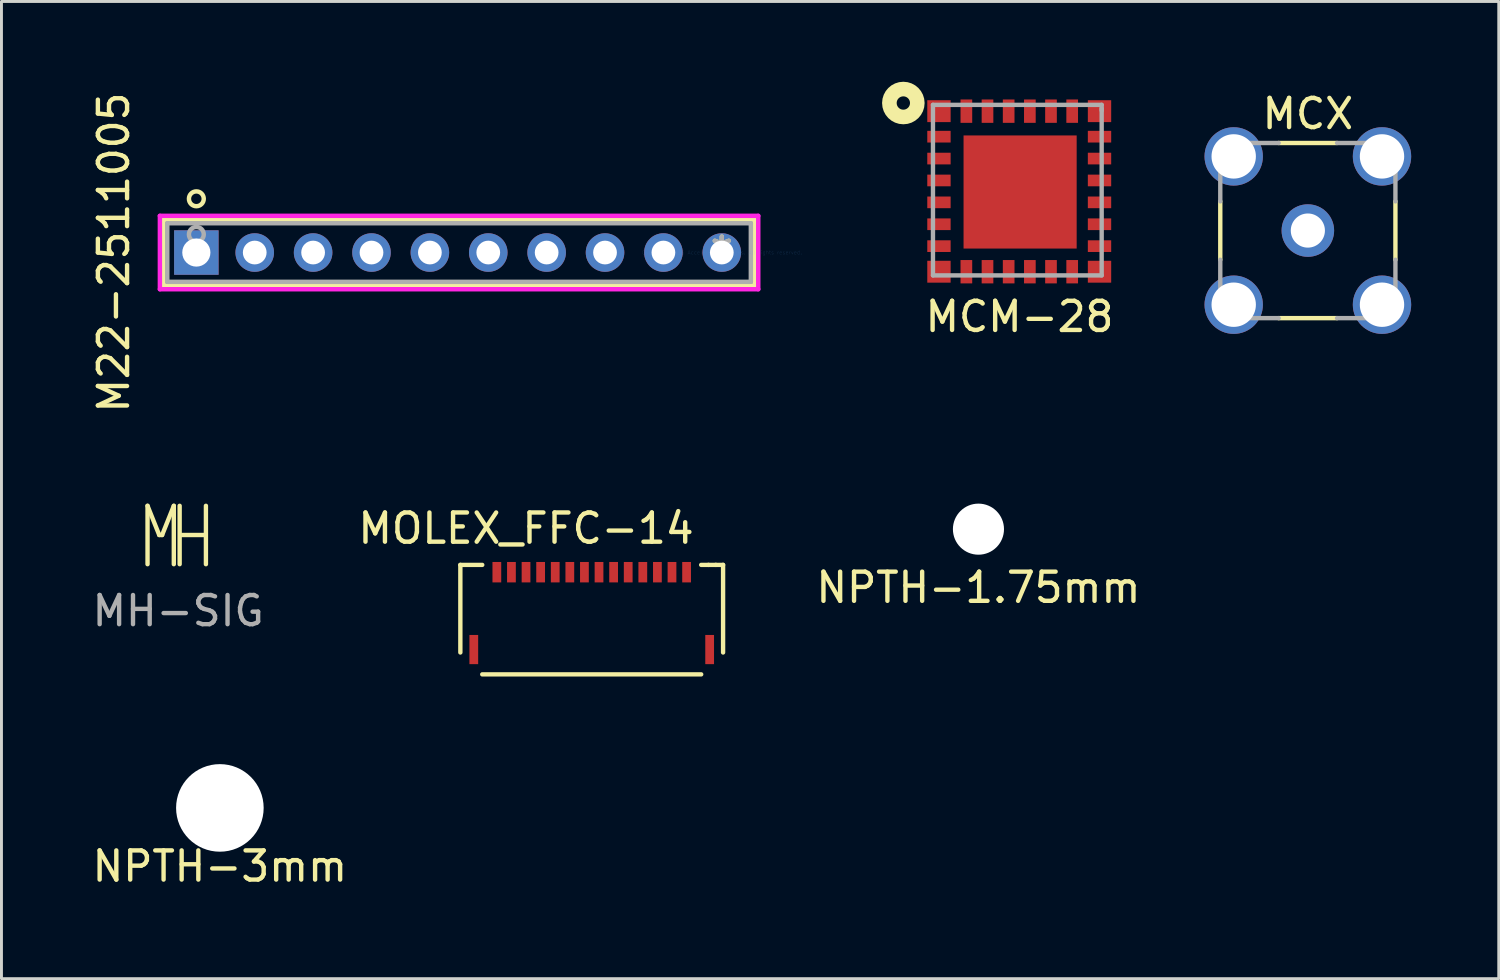
<source format=kicad_pcb>
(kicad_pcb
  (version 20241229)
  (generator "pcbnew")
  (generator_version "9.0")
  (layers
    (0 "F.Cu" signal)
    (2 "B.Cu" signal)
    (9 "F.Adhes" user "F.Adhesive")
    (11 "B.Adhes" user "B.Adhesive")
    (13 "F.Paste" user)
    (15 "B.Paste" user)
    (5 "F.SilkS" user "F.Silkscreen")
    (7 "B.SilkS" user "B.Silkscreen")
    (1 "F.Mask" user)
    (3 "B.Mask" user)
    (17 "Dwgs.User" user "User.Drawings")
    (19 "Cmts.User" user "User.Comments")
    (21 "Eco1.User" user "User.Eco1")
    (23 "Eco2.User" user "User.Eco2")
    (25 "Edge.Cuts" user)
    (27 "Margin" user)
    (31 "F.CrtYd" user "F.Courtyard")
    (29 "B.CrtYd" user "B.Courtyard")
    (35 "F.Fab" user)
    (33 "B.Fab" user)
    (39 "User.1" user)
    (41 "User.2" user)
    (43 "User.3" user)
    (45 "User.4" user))
  (footprint "MCM-28"
    (layer "F.Cu")
    (at 31.895 3.527)
    (property "Reference" "MCM-28" (at -0.021 4.271 180) (layer "F.SilkS") (effects (font (size 1 1) (thickness 0.15))))
    (attr through_hole)
    (fp_circle (center -4 -3.048) (end -3.81 -2.921) (stroke (width 0.5) (type solid)) (fill no) (layer "F.SilkS"))
    (fp_line (start -2.985 -2.985) (end -2.985 2.857) (stroke (width 0.15) (type solid)) (layer "F.Fab"))
    (fp_line (start -2.985 -2.985) (end 2.794 -2.985) (stroke (width 0.15) (type solid)) (layer "F.Fab"))
    (fp_line (start -2.985 2.857) (end 2.794 2.857) (stroke (width 0.15) (type solid)) (layer "F.Fab"))
    (fp_line (start 2.794 -2.985) (end 2.794 -2.794) (stroke (width 0.15) (type solid)) (layer "F.Fab"))
    (fp_line (start 2.794 2.857) (end 2.794 -2.857) (stroke (width 0.15) (type solid)) (layer "F.Fab"))
    (pad "" smd rect (at -1.501 -1.501) (size 0.875 0.875) (layers "F.Paste"))
    (pad "" smd rect (at -1.501 -0.5) (size 0.875 0.875) (layers "F.Paste"))
    (pad "" smd rect (at -1.501 0.5) (size 0.875 0.875) (layers "F.Paste"))
    (pad "" smd rect (at -1.501 1.501) (size 0.875 0.875) (layers "F.Paste"))
    (pad "" smd rect (at -0.5 -1.501) (size 0.875 0.875) (layers "F.Paste"))
    (pad "" smd rect (at -0.5 -0.5) (size 0.875 0.875) (layers "F.Paste"))
    (pad "" smd rect (at -0.5 0.5) (size 0.875 0.875) (layers "F.Paste"))
    (pad "" smd rect (at -0.5 1.501) (size 0.875 0.875) (layers "F.Paste"))
    (pad "" smd rect (at 0.5 -1.501) (size 0.875 0.875) (layers "F.Paste"))
    (pad "" smd rect (at 0.5 1.501) (size 0.875 0.875) (layers "F.Paste"))
    (pad "" smd rect (at 0.5 -0.5) (size 0.875 0.875) (layers "F.Paste"))
    (pad "" smd rect (at 0.5 0.5) (size 0.875 0.875) (layers "F.Paste"))
    (pad "" smd rect (at 1.5 -1.501) (size 0.875 0.875) (layers "F.Paste"))
    (pad "" smd rect (at 1.5 1.501) (size 0.875 0.875) (layers "F.Paste"))
    (pad "" smd rect (at 1.501 -0.5) (size 0.875 0.875) (layers "F.Paste"))
    (pad "" smd rect (at 1.501 0.5) (size 0.875 0.875) (layers "F.Paste"))
    (pad "1" smd rect (at -2.78 -2.769) (size 0.8 0.75) (layers "F.Cu" "F.Mask" "F.Paste"))
    (pad "2" smd rect (at -2.78 -1.895 90) (size 0.4 0.8) (layers "F.Cu" "F.Mask" "F.Paste"))
    (pad "3" smd rect (at -2.78 -1.145 90) (size 0.4 0.8) (layers "F.Cu" "F.Mask" "F.Paste"))
    (pad "4" smd rect (at -2.78 -0.395 90) (size 0.4 0.8) (layers "F.Cu" "F.Mask" "F.Paste"))
    (pad "5" smd rect (at -2.78 0.355 90) (size 0.4 0.8) (layers "F.Cu" "F.Mask" "F.Paste"))
    (pad "6" smd rect (at -2.78 1.105 90) (size 0.4 0.8) (layers "F.Cu" "F.Mask" "F.Paste"))
    (pad "7" smd rect (at -2.78 1.855 90) (size 0.4 0.8) (layers "F.Cu" "F.Mask" "F.Paste"))
    (pad "8" smd rect (at -2.78 2.731) (size 0.8 0.75) (layers "F.Cu" "F.Mask" "F.Paste"))
    (pad "9" smd rect (at -1.841 2.731) (size 0.4 0.8) (layers "F.Cu" "F.Mask" "F.Paste"))
    (pad "10" smd rect (at -1.117 2.731) (size 0.4 0.8) (layers "F.Cu" "F.Mask" "F.Paste"))
    (pad "11" smd rect (at -0.392 2.731) (size 0.4 0.8) (layers "F.Cu" "F.Mask" "F.Paste"))
    (pad "12" smd rect (at 0.334 2.731) (size 0.4 0.8) (layers "F.Cu" "F.Mask" "F.Paste"))
    (pad "13" smd rect (at 1.058 2.731) (size 0.4 0.8) (layers "F.Cu" "F.Mask" "F.Paste"))
    (pad "14" smd rect (at 1.784 2.731) (size 0.4 0.8) (layers "F.Cu" "F.Mask" "F.Paste"))
    (pad "15" smd rect (at 2.72 2.731) (size 0.8 0.75) (layers "F.Cu" "F.Mask" "F.Paste"))
    (pad "16" smd rect (at 2.72 1.855 90) (size 0.4 0.8) (layers "F.Cu" "F.Mask" "F.Paste"))
    (pad "17" smd rect (at 2.72 1.105 90) (size 0.4 0.8) (layers "F.Cu" "F.Mask" "F.Paste"))
    (pad "18" smd rect (at 2.72 0.355 90) (size 0.4 0.8) (layers "F.Cu" "F.Mask" "F.Paste"))
    (pad "19" smd rect (at 2.72 -0.395 90) (size 0.4 0.8) (layers "F.Cu" "F.Mask" "F.Paste"))
    (pad "20" smd rect (at 2.72 -1.145 90) (size 0.4 0.8) (layers "F.Cu" "F.Mask" "F.Paste"))
    (pad "21" smd rect (at 2.72 -1.895 90) (size 0.4 0.8) (layers "F.Cu" "F.Mask" "F.Paste"))
    (pad "22" smd rect (at 2.72 -2.769) (size 0.8 0.75) (layers "F.Cu" "F.Mask" "F.Paste"))
    (pad "23" smd rect (at 1.784 -2.769) (size 0.4 0.8) (layers "F.Cu" "F.Mask" "F.Paste"))
    (pad "24" smd rect (at 1.058 -2.769) (size 0.4 0.8) (layers "F.Cu" "F.Mask" "F.Paste"))
    (pad "25" smd rect (at 0.334 -2.769) (size 0.4 0.8) (layers "F.Cu" "F.Mask" "F.Paste"))
    (pad "26" smd rect (at -0.392 -2.769) (size 0.4 0.8) (layers "F.Cu" "F.Mask" "F.Paste"))
    (pad "27" smd rect (at -1.117 -2.769) (size 0.4 0.8) (layers "F.Cu" "F.Mask" "F.Paste"))
    (pad "28" smd rect (at -1.841 -2.769) (size 0.4 0.8) (layers "F.Cu" "F.Mask" "F.Paste"))
    (pad "29" smd rect (at 0 0) (size 3.875 3.875) (layers "F.Cu" "F.Mask")))
  (footprint "NPTH-3mm"
    (layer "F.Cu")
    (at 4.482 24.626)
    (property "Reference" "NPTH-3mm" (at 0 2 0) (layer "F.SilkS") (effects (font (size 1 1) (thickness 0.15))))
    (attr through_hole)
    (pad "" np_thru_hole circle (at 0 0) (size 3 3) (drill 3) (layers "*.Cu")))
  (footprint "NPTH-1.75mm"
    (layer "F.Cu")
    (at 30.468 15.077)
    (property "Reference" "NPTH-1.75mm" (at 0 2 0) (layer "F.SilkS") (effects (font (size 1 1) (thickness 0.15))))
    (attr through_hole)
    (pad "" np_thru_hole circle (at 0 0) (size 1.75 1.75) (drill 1.75) (layers "*.Cu" "*.Mask")))
  (footprint "MCX"
    (layer "F.Cu")
    (at 41.752 4.848)
    (property "Reference" "MCX" (at 0 -4 0) (layer "F.SilkS") (effects (font (size 1 1) (thickness 0.15))))
    (attr through_hole)
    (fp_line (start -3 -1) (end -3 1) (stroke (width 0.15) (type solid)) (layer "F.SilkS"))
    (fp_line (start -1 -3) (end 1 -3) (stroke (width 0.15) (type solid)) (layer "F.SilkS"))
    (fp_line (start -1 3) (end 1 3) (stroke (width 0.15) (type solid)) (layer "F.SilkS"))
    (fp_line (start 3 -1) (end 3 1) (stroke (width 0.15) (type solid)) (layer "F.SilkS"))
    (fp_line (start -3 -3) (end -3 -1) (stroke (width 0.15) (type solid)) (layer "F.Fab"))
    (fp_line (start -3 1) (end -3 3) (stroke (width 0.15) (type solid)) (layer "F.Fab"))
    (fp_line (start -3 3) (end -1 3) (stroke (width 0.15) (type solid)) (layer "F.Fab"))
    (fp_line (start -1 -3) (end -3 -3) (stroke (width 0.15) (type solid)) (layer "F.Fab"))
    (fp_line (start 1 3) (end 3 3) (stroke (width 0.15) (type solid)) (layer "F.Fab"))
    (fp_line (start 3 -3) (end 1 -3) (stroke (width 0.15) (type solid)) (layer "F.Fab"))
    (fp_line (start 3 -1) (end 3 -3) (stroke (width 0.15) (type solid)) (layer "F.Fab"))
    (fp_line (start 3 3) (end 3 1) (stroke (width 0.15) (type solid)) (layer "F.Fab"))
    (pad "1" thru_hole circle (at 0 0) (size 1.8 1.8) (drill 1.17) (layers "*.Cu" "*.Mask"))
    (pad "2" thru_hole circle (at -2.54 -2.54) (size 2 2) (drill 1.52) (layers "*.Cu" "*.Mask"))
    (pad "2" thru_hole circle (at -2.54 2.54) (size 2 2) (drill 1.52) (layers "*.Cu" "*.Mask"))
    (pad "2" thru_hole circle (at 2.54 -2.54) (size 2 2) (drill 1.52) (layers "*.Cu" "*.Mask"))
    (pad "2" thru_hole circle (at 2.54 2.54) (size 2 2) (drill 1.52) (layers "*.Cu" "*.Mask")))
  (footprint "MOLEX_FFC-14"
    (layer "F.Cu")
    (at 17.22 16.551)
    (property "Reference" "MOLEX_FFC-14" (at -2.25 -1.5 0) (layer "F.SilkS") (effects (font (size 1 1) (thickness 0.15))))
    (attr through_hole)
    (fp_line (start -4.5 -0.25) (end -4.5 2.75) (stroke (width 0.15) (type solid)) (layer "F.SilkS"))
    (fp_line (start -3.75 -0.25) (end -4.5 -0.25) (stroke (width 0.15) (type solid)) (layer "F.SilkS"))
    (fp_line (start -3.75 3.5) (end 3.75 3.5) (stroke (width 0.15) (type solid)) (layer "F.SilkS"))
    (fp_line (start 3.75 -0.25) (end 4 -0.25) (stroke (width 0.15) (type solid)) (layer "F.SilkS"))
    (fp_line (start 4 -0.25) (end 4.25 -0.25) (stroke (width 0.15) (type solid)) (layer "F.SilkS"))
    (fp_line (start 4.25 -0.25) (end 4.5 -0.25) (stroke (width 0.15) (type solid)) (layer "F.SilkS"))
    (fp_line (start 4.5 -0.25) (end 4.5 2.75) (stroke (width 0.15) (type solid)) (layer "F.SilkS"))
    (pad "1" smd rect (at -3.25 0) (size 0.3 0.7) (layers "F.Cu" "F.Mask" "F.Paste"))
    (pad "2" smd rect (at -2.75 0) (size 0.3 0.7) (layers "F.Cu" "F.Mask" "F.Paste"))
    (pad "3" smd rect (at -2.25 0) (size 0.3 0.7) (layers "F.Cu" "F.Mask" "F.Paste"))
    (pad "4" smd rect (at -1.75 0) (size 0.3 0.7) (layers "F.Cu" "F.Mask" "F.Paste"))
    (pad "5" smd rect (at -1.25 0) (size 0.3 0.7) (layers "F.Cu" "F.Mask" "F.Paste"))
    (pad "6" smd rect (at -0.75 0) (size 0.3 0.7) (layers "F.Cu" "F.Mask" "F.Paste"))
    (pad "7" smd rect (at -0.25 0) (size 0.3 0.7) (layers "F.Cu" "F.Mask" "F.Paste"))
    (pad "8" smd rect (at 0.25 0) (size 0.3 0.7) (layers "F.Cu" "F.Mask" "F.Paste"))
    (pad "9" smd rect (at 0.75 0) (size 0.3 0.7) (layers "F.Cu" "F.Mask" "F.Paste"))
    (pad "10" smd rect (at 1.25 0) (size 0.3 0.7) (layers "F.Cu" "F.Mask" "F.Paste"))
    (pad "11" smd rect (at 1.75 0) (size 0.3 0.7) (layers "F.Cu" "F.Mask" "F.Paste"))
    (pad "12" smd rect (at 2.25 0) (size 0.3 0.7) (layers "F.Cu" "F.Mask" "F.Paste"))
    (pad "13" smd rect (at 2.75 0) (size 0.3 0.7) (layers "F.Cu" "F.Mask" "F.Paste"))
    (pad "14" smd rect (at 3.25 0) (size 0.3 0.7) (layers "F.Cu" "F.Mask" "F.Paste"))
    (pad "SHLD" smd rect (at -4.04 2.65) (size 0.3 1) (layers "F.Cu" "F.Mask" "F.Paste"))
    (pad "SHLD" smd rect (at 4.04 2.65) (size 0.3 1) (layers "F.Cu" "F.Mask" "F.Paste")))
  (footprint "MH-SIG"
    (layer "F.Cu")
    (at 3.004 15.277)
    (property "Reference" "MH-SIG" (at 0.05 2.6 0) (layer "F.Fab") (effects (font (size 1 1) (thickness 0.15))))
    (attr through_hole)
    (fp_line (start -1 1) (end -1 -1) (stroke (width 0.15) (type solid)) (layer "F.SilkS"))
    (fp_line (start -0.6 0) (end -1 -1) (stroke (width 0.15) (type solid)) (layer "F.SilkS"))
    (fp_line (start -0.5 0) (end -0.6 0) (stroke (width 0.15) (type solid)) (layer "F.SilkS"))
    (fp_line (start -0.5 0) (end -0.1 -1) (stroke (width 0.15) (type solid)) (layer "F.SilkS"))
    (fp_line (start -0.1 -1) (end -0.1 1) (stroke (width 0.15) (type solid)) (layer "F.SilkS"))
    (fp_line (start 0.1 1) (end 0.1 -1) (stroke (width 0.15) (type solid)) (layer "F.SilkS"))
    (fp_line (start 0.15 0) (end 0.95 0) (stroke (width 0.15) (type solid)) (layer "F.SilkS"))
    (fp_line (start 1 -1) (end 1 1) (stroke (width 0.15) (type solid)) (layer "F.SilkS")))
  (footprint "M22-2511005"
    (layer "F.Cu")
    (at 21.676 5.601)
    (property "Reference" "M22-2511005" (at -20.828 0 90) (layer "F.SilkS") (effects (font (size 1 1) (thickness 0.15))))
    (attr through_hole)
    (fp_line (start -19.122 -1.13) (end -19.122 1.13) (stroke (width 0.152) (type solid)) (layer "F.SilkS"))
    (fp_line (start -19.122 1.13) (end 1.122 1.13) (stroke (width 0.152) (type solid)) (layer "F.SilkS"))
    (fp_line (start 1.122 -1.13) (end -19.122 -1.13) (stroke (width 0.152) (type solid)) (layer "F.SilkS"))
    (fp_line (start 1.122 1.13) (end 1.122 -1.13) (stroke (width 0.152) (type solid)) (layer "F.SilkS"))
    (fp_circle (center -18 -1.841) (end -17.746 -1.841) (stroke (width 0.152) (type solid)) (fill no) (layer "F.SilkS"))
    (fp_line (start -19.249 -1.257) (end -19.249 1.257) (stroke (width 0.152) (type solid)) (layer "F.CrtYd"))
    (fp_line (start -19.249 1.257) (end 1.249 1.257) (stroke (width 0.152) (type solid)) (layer "F.CrtYd"))
    (fp_line (start 1.249 -1.257) (end -19.249 -1.257) (stroke (width 0.152) (type solid)) (layer "F.CrtYd"))
    (fp_line (start 1.249 1.257) (end 1.249 -1.257) (stroke (width 0.152) (type solid)) (layer "F.CrtYd"))
    (fp_line (start -18.995 -1.003) (end -18.995 1.003) (stroke (width 0.152) (type solid)) (layer "F.Fab"))
    (fp_line (start -18.995 1.003) (end 0.995 1.003) (stroke (width 0.152) (type solid)) (layer "F.Fab"))
    (fp_line (start 0.995 -1.003) (end -18.995 -1.003) (stroke (width 0.152) (type solid)) (layer "F.Fab"))
    (fp_line (start 0.995 1.003) (end 0.995 -1.003) (stroke (width 0.152) (type solid)) (layer "F.Fab"))
    (fp_circle (center -18 -0.622) (end -17.746 -0.622) (stroke (width 0.152) (type solid)) (fill no) (layer "F.Fab"))
    (fp_text user "*" (at 0 0 0) (layer "F.SilkS") (effects (font (size 1 1) (thickness 0.15))))
    (fp_text user "Copyright 2016 Accelerated Designs. All rights reserved." (at 0 0 0) (layer "Cmts.User") (effects (font (size 0.127 0.127) (thickness 0.002))))
    (fp_text user "*" (at 0 0 0) (layer "F.Fab") (effects (font (size 1 1) (thickness 0.15))))
    (pad "A1" thru_hole rect (at -18 0) (size 1.524 1.524) (drill 0.965) (layers "*.Cu" "*.Mask"))
    (pad "A2" thru_hole circle (at -16 0) (size 1.321 1.321) (drill 0.813) (layers "*.Cu" "*.Mask"))
    (pad "A3" thru_hole circle (at -14 0) (size 1.321 1.321) (drill 0.813) (layers "*.Cu" "*.Mask"))
    (pad "A4" thru_hole circle (at -12 0) (size 1.321 1.321) (drill 0.813) (layers "*.Cu" "*.Mask"))
    (pad "A5" thru_hole circle (at -10 0) (size 1.321 1.321) (drill 0.813) (layers "*.Cu" "*.Mask"))
    (pad "A6" thru_hole circle (at -8 0) (size 1.321 1.321) (drill 0.813) (layers "*.Cu" "*.Mask"))
    (pad "A7" thru_hole circle (at -6 0) (size 1.321 1.321) (drill 0.813) (layers "*.Cu" "*.Mask"))
    (pad "A8" thru_hole circle (at -4 0) (size 1.321 1.321) (drill 0.813) (layers "*.Cu" "*.Mask"))
    (pad "A9" thru_hole circle (at -2 0) (size 1.321 1.321) (drill 0.813) (layers "*.Cu" "*.Mask"))
    (pad "A10" thru_hole circle (at 0 0) (size 1.321 1.321) (drill 0.813) (layers "*.Cu" "*.Mask")))
  (gr_rect
    (start -3 -3)
    (end 48.292 30.474)
    (stroke (width 0.1) (type default))
    (fill no)
    (layer "Edge.Cuts")))
</source>
